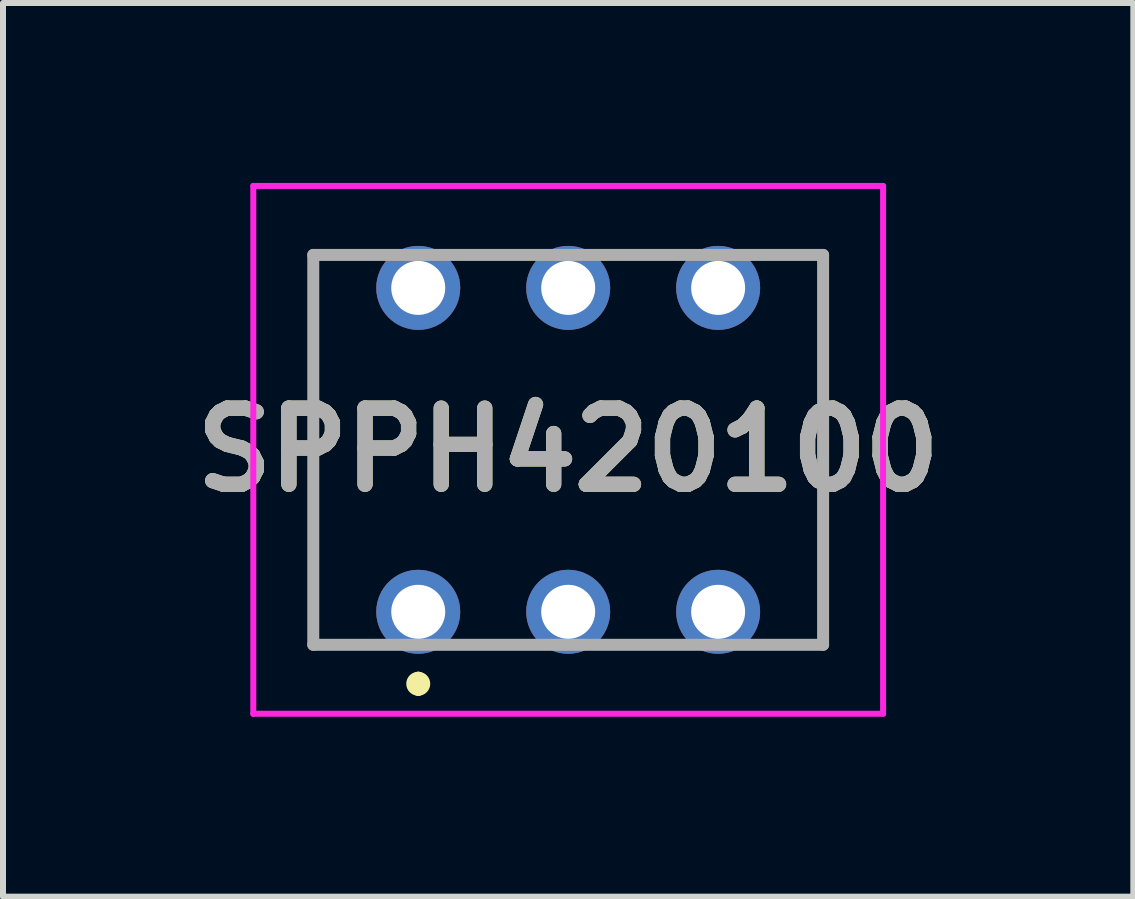
<source format=kicad_pcb>
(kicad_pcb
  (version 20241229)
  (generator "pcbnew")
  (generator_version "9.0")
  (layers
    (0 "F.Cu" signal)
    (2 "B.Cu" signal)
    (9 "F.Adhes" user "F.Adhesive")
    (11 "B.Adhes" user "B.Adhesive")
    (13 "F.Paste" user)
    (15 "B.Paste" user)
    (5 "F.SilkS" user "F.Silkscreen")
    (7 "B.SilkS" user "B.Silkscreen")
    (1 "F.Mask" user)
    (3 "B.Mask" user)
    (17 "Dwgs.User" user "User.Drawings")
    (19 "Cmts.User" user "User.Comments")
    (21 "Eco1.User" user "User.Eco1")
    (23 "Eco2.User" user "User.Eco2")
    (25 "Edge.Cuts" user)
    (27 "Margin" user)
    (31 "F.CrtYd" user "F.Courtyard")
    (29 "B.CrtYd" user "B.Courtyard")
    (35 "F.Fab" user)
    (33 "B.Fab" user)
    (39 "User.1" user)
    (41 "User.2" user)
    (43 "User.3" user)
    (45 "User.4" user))
  (footprint "SPPH420100"
    (layer "F.Cu")
    (at 3.923 7.15)
    (property "Reference" "SPPH420100" (at 2.5 -2.7 0) (layer "F.SilkS") (effects (font (size 1.27 1.27) (thickness 0.254))))
    (attr through_hole)
    (fp_line (start -1.75 -5.95) (end -1.75 0.55) (stroke (width 0.1) (type solid)) (layer "F.SilkS"))
    (fp_line (start -1.75 0.55) (end -1 0.55) (stroke (width 0.1) (type solid)) (layer "F.SilkS"))
    (fp_line (start -1 -5.95) (end -1.75 -5.95) (stroke (width 0.1) (type solid)) (layer "F.SilkS"))
    (fp_line (start 0 1.1) (end 0 1.1) (stroke (width 0.2) (type solid)) (layer "F.SilkS"))
    (fp_line (start 0 1.3) (end 0 1.3) (stroke (width 0.2) (type solid)) (layer "F.SilkS"))
    (fp_line (start 6 0.55) (end 6.75 0.55) (stroke (width 0.1) (type solid)) (layer "F.SilkS"))
    (fp_line (start 6.75 -5.95) (end 6 -5.95) (stroke (width 0.1) (type solid)) (layer "F.SilkS"))
    (fp_line (start 6.75 0.55) (end 6.75 -5.95) (stroke (width 0.1) (type solid)) (layer "F.SilkS"))
    (fp_arc (start 0 1.1) (mid 0.1 1.2) (end 0 1.3) (stroke (width 0.2) (type solid)) (layer "F.SilkS"))
    (fp_arc (start 0 1.3) (mid -0.1 1.2) (end 0 1.1) (stroke (width 0.2) (type solid)) (layer "F.SilkS"))
    (fp_line (start -2.75 -7.1) (end 7.75 -7.1) (stroke (width 0.1) (type solid)) (layer "F.CrtYd"))
    (fp_line (start -2.75 1.7) (end -2.75 -7.1) (stroke (width 0.1) (type solid)) (layer "F.CrtYd"))
    (fp_line (start 7.75 -7.1) (end 7.75 1.7) (stroke (width 0.1) (type solid)) (layer "F.CrtYd"))
    (fp_line (start 7.75 1.7) (end -2.75 1.7) (stroke (width 0.1) (type solid)) (layer "F.CrtYd"))
    (fp_line (start -1.75 -5.95) (end 6.75 -5.95) (stroke (width 0.2) (type solid)) (layer "F.Fab"))
    (fp_line (start -1.75 0.55) (end -1.75 -5.95) (stroke (width 0.2) (type solid)) (layer "F.Fab"))
    (fp_line (start 6.75 -5.95) (end 6.75 0.55) (stroke (width 0.2) (type solid)) (layer "F.Fab"))
    (fp_line (start 6.75 0.55) (end -1.75 0.55) (stroke (width 0.2) (type solid)) (layer "F.Fab"))
    (fp_text user "${REFERENCE}" (at 2.5 -2.7 0) (layer "F.Fab") (effects (font (size 1.27 1.27) (thickness 0.254))))
    (pad "1" thru_hole circle (at 0 0) (size 1.4 1.4) (drill 0.9) (layers "*.Cu" "*.Mask"))
    (pad "2" thru_hole circle (at 2.5 0) (size 1.4 1.4) (drill 0.9) (layers "*.Cu" "*.Mask"))
    (pad "3" thru_hole circle (at 5 0) (size 1.4 1.4) (drill 0.9) (layers "*.Cu" "*.Mask"))
    (pad "4" thru_hole circle (at 0 -5.4) (size 1.4 1.4) (drill 0.9) (layers "*.Cu" "*.Mask"))
    (pad "5" thru_hole circle (at 2.5 -5.4) (size 1.4 1.4) (drill 0.9) (layers "*.Cu" "*.Mask"))
    (pad "6" thru_hole circle (at 5 -5.4) (size 1.4 1.4) (drill 0.9) (layers "*.Cu" "*.Mask")))
  (gr_rect
    (start -3 -3)
    (end 15.845 11.9)
    (stroke (width 0.1) (type default))
    (fill no)
    (layer "Edge.Cuts")))
</source>
